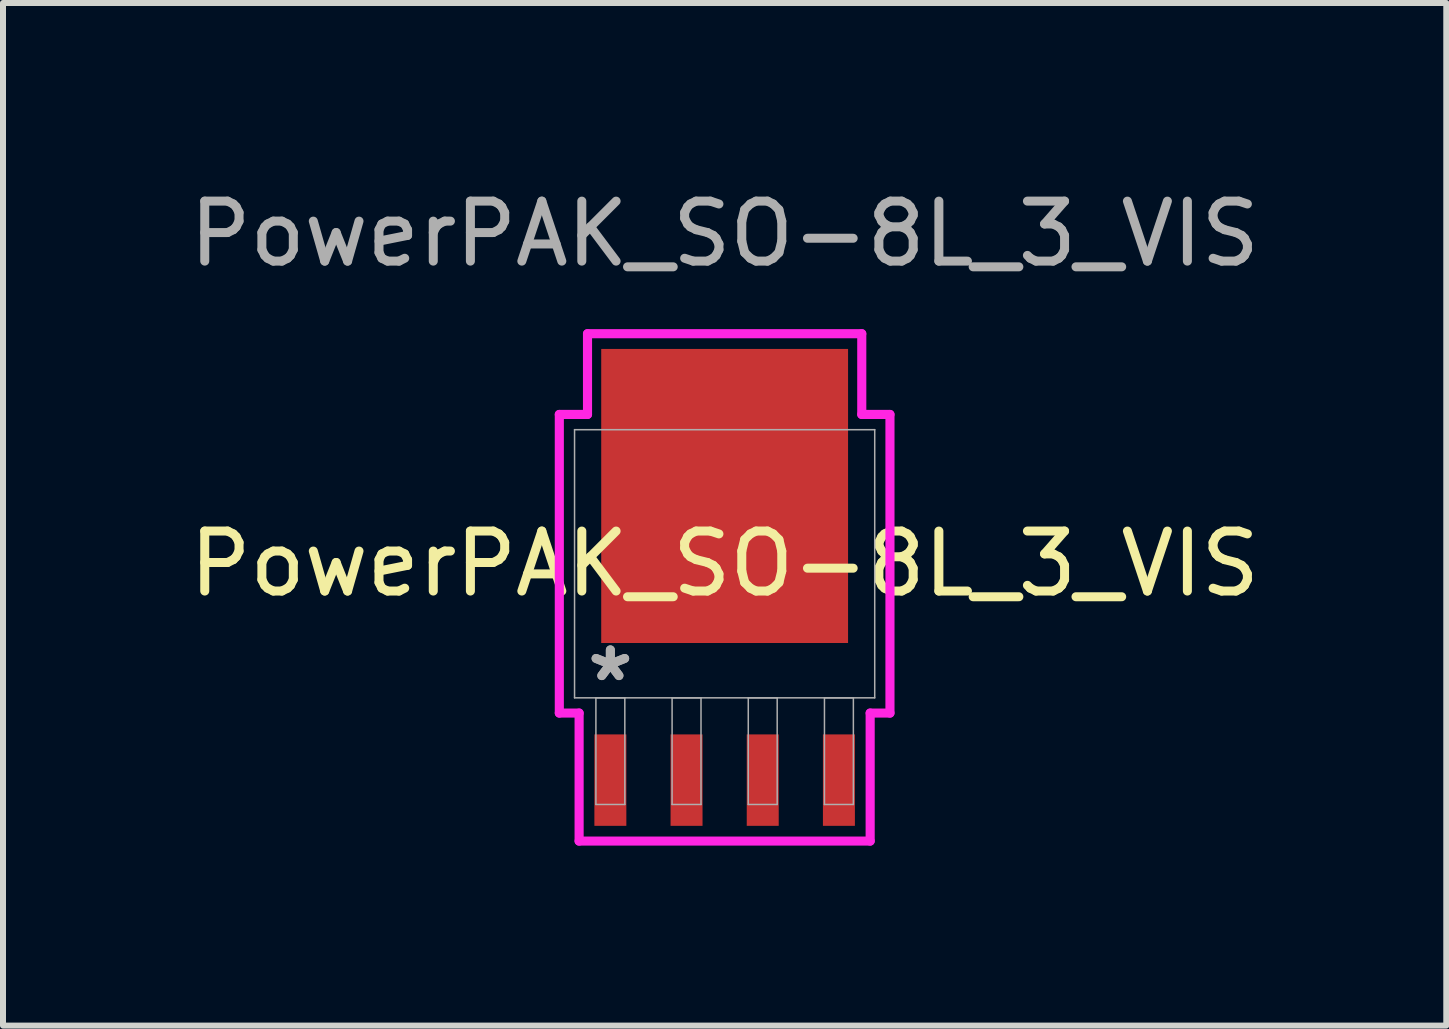
<source format=kicad_pcb>
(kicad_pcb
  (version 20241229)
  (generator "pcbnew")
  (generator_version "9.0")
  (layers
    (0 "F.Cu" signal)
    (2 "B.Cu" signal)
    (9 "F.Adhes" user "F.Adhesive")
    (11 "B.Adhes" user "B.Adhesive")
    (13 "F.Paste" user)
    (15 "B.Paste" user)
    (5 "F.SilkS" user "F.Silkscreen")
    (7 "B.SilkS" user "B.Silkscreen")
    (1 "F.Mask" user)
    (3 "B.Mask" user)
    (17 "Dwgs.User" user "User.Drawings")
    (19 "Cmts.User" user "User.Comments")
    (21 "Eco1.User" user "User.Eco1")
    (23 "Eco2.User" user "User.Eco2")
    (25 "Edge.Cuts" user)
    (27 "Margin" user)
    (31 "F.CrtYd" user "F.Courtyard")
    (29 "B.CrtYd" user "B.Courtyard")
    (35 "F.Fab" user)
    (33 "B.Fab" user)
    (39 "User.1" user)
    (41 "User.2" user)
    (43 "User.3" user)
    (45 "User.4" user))
  (footprint "PowerPAK_SO-8L_3_VIS"
    (layer "F.Cu")
    (at 9.03 6.348)
    (property "Reference" "PowerPAK_SO-8L_3_VIS" (at 0 0 0) (unlocked yes) (layer "F.SilkS") (effects (font (size 1 1) (thickness 0.15))))
    (attr smd)
    (fp_line (start -2.756 -2.489) (end -2.286 -2.489) (stroke (width 0.152) (type solid)) (layer "F.CrtYd"))
    (fp_line (start -2.756 2.489) (end -2.756 -2.489) (stroke (width 0.152) (type solid)) (layer "F.CrtYd"))
    (fp_line (start -2.426 2.489) (end -2.756 2.489) (stroke (width 0.152) (type solid)) (layer "F.CrtYd"))
    (fp_line (start -2.426 4.623) (end -2.426 2.489) (stroke (width 0.152) (type solid)) (layer "F.CrtYd"))
    (fp_line (start -2.286 -3.835) (end 2.286 -3.835) (stroke (width 0.152) (type solid)) (layer "F.CrtYd"))
    (fp_line (start -2.286 -2.489) (end -2.286 -3.835) (stroke (width 0.152) (type solid)) (layer "F.CrtYd"))
    (fp_line (start 2.286 -3.835) (end 2.286 -2.489) (stroke (width 0.152) (type solid)) (layer "F.CrtYd"))
    (fp_line (start 2.286 -2.489) (end 2.756 -2.489) (stroke (width 0.152) (type solid)) (layer "F.CrtYd"))
    (fp_line (start 2.426 2.489) (end 2.426 4.623) (stroke (width 0.152) (type solid)) (layer "F.CrtYd"))
    (fp_line (start 2.426 4.623) (end -2.426 4.623) (stroke (width 0.152) (type solid)) (layer "F.CrtYd"))
    (fp_line (start 2.756 -2.489) (end 2.756 2.489) (stroke (width 0.152) (type solid)) (layer "F.CrtYd"))
    (fp_line (start 2.756 2.489) (end 2.426 2.489) (stroke (width 0.152) (type solid)) (layer "F.CrtYd"))
    (fp_line (start -2.502 -2.235) (end -2.502 2.235) (stroke (width 0.025) (type solid)) (layer "F.Fab"))
    (fp_line (start -2.502 2.235) (end 2.502 2.235) (stroke (width 0.025) (type solid)) (layer "F.Fab"))
    (fp_line (start -2.146 2.235) (end -2.146 4.013) (stroke (width 0.025) (type solid)) (layer "F.Fab"))
    (fp_line (start -2.146 4.013) (end -1.664 4.013) (stroke (width 0.025) (type solid)) (layer "F.Fab"))
    (fp_line (start -1.664 2.235) (end -2.146 2.235) (stroke (width 0.025) (type solid)) (layer "F.Fab"))
    (fp_line (start -1.664 4.013) (end -1.664 2.235) (stroke (width 0.025) (type solid)) (layer "F.Fab"))
    (fp_line (start -0.876 2.235) (end -0.876 4.013) (stroke (width 0.025) (type solid)) (layer "F.Fab"))
    (fp_line (start -0.876 4.013) (end -0.394 4.013) (stroke (width 0.025) (type solid)) (layer "F.Fab"))
    (fp_line (start -0.394 2.235) (end -0.876 2.235) (stroke (width 0.025) (type solid)) (layer "F.Fab"))
    (fp_line (start -0.394 4.013) (end -0.394 2.235) (stroke (width 0.025) (type solid)) (layer "F.Fab"))
    (fp_line (start 0.394 2.235) (end 0.394 4.013) (stroke (width 0.025) (type solid)) (layer "F.Fab"))
    (fp_line (start 0.394 4.013) (end 0.876 4.013) (stroke (width 0.025) (type solid)) (layer "F.Fab"))
    (fp_line (start 0.876 2.235) (end 0.394 2.235) (stroke (width 0.025) (type solid)) (layer "F.Fab"))
    (fp_line (start 0.876 4.013) (end 0.876 2.235) (stroke (width 0.025) (type solid)) (layer "F.Fab"))
    (fp_line (start 1.664 2.235) (end 1.664 4.013) (stroke (width 0.025) (type solid)) (layer "F.Fab"))
    (fp_line (start 1.664 4.013) (end 2.146 4.013) (stroke (width 0.025) (type solid)) (layer "F.Fab"))
    (fp_line (start 2.146 2.235) (end 1.664 2.235) (stroke (width 0.025) (type solid)) (layer "F.Fab"))
    (fp_line (start 2.146 4.013) (end 2.146 2.235) (stroke (width 0.025) (type solid)) (layer "F.Fab"))
    (fp_line (start 2.502 -2.235) (end -2.502 -2.235) (stroke (width 0.025) (type solid)) (layer "F.Fab"))
    (fp_line (start 2.502 2.235) (end 2.502 -2.235) (stroke (width 0.025) (type solid)) (layer "F.Fab"))
    (fp_text user "${REFERENCE}" (at 0 -5.5 0) (unlocked yes) (layer "F.Fab") (effects (font (size 1 1) (thickness 0.15))))
    (fp_text user "*" (at -1.905 1.981 0) (unlocked yes) (layer "F.Fab") (effects (font (size 1 1) (thickness 0.15))))
    (fp_text user "*" (at -1.905 1.981 0) (layer "F.Fab") (effects (font (size 1 1) (thickness 0.15))))
    (pad "1" smd rect (at -1.905 3.607) (size 0.533 1.524) (layers "F.Cu" "F.Mask" "F.Paste"))
    (pad "2" smd rect (at -0.635 3.607) (size 0.533 1.524) (layers "F.Cu" "F.Mask" "F.Paste"))
    (pad "3" smd rect (at 0.635 3.607) (size 0.533 1.524) (layers "F.Cu" "F.Mask" "F.Paste"))
    (pad "4" smd rect (at 1.905 3.607) (size 0.533 1.524) (layers "F.Cu" "F.Mask" "F.Paste"))
    (pad "5" smd rect (at 0 -1.13) (size 4.115 4.902) (layers "F.Cu" "F.Mask" "F.Paste")))
  (gr_rect
    (start -3 -3)
    (end 21.06 14.047)
    (stroke (width 0.1) (type default))
    (fill no)
    (layer "Edge.Cuts")))
</source>
